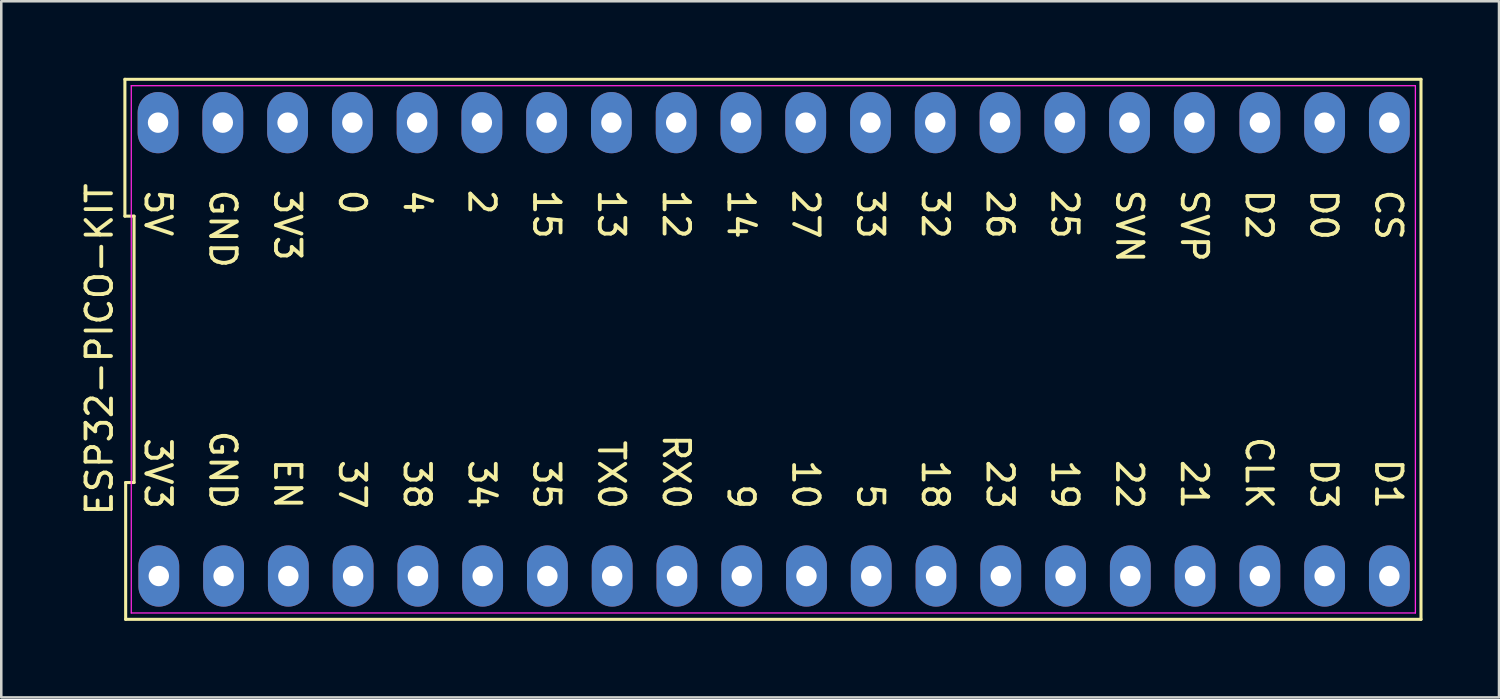
<source format=kicad_pcb>
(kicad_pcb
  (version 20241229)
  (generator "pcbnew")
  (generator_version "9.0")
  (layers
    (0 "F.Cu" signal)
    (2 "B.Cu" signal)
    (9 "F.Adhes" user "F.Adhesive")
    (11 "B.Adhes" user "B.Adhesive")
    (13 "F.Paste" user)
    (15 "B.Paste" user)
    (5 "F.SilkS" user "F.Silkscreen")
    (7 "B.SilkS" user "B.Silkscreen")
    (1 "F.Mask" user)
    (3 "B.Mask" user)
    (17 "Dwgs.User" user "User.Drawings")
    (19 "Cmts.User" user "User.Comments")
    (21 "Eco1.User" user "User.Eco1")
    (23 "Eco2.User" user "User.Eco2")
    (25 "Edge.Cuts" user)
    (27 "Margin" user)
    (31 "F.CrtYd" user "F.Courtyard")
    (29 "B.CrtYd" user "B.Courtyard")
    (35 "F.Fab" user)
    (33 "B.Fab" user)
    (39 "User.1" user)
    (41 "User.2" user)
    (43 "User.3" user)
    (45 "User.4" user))
  (footprint "ESP32-PICO-KIT"
    (layer "F.Cu")
    (at 27.278 8.11)
    (property "Reference" "ESP32-PICO-KIT" (at -26.43 2.54 90) (layer "F.SilkS") (effects (font (size 1 1) (thickness 0.15))))
    (attr through_hole)
    (fp_line (start -25.43 -8.05) (end -25.43 -2.683) (stroke (width 0.12) (type solid)) (layer "F.SilkS"))
    (fp_line (start -25.43 -2.683) (end -25.07 -2.683) (stroke (width 0.12) (type solid)) (layer "F.SilkS"))
    (fp_line (start -25.4 7.763) (end -25.4 13.13) (stroke (width 0.12) (type solid)) (layer "F.SilkS"))
    (fp_line (start -25.4 13.13) (end 25.4 13.13) (stroke (width 0.12) (type solid)) (layer "F.SilkS"))
    (fp_line (start -25.07 -2.683) (end -25.07 7.763) (stroke (width 0.12) (type solid)) (layer "F.SilkS"))
    (fp_line (start -25.07 7.763) (end -25.4 7.763) (stroke (width 0.12) (type solid)) (layer "F.SilkS"))
    (fp_line (start 25.4 -8.05) (end -25.43 -8.05) (stroke (width 0.12) (type solid)) (layer "F.SilkS"))
    (fp_line (start 25.4 13.13) (end 25.4 -8.05) (stroke (width 0.12) (type solid)) (layer "F.SilkS"))
    (fp_line (start -25.18 -7.8) (end 25.18 -7.8) (stroke (width 0.05) (type solid)) (layer "F.CrtYd"))
    (fp_line (start -25.18 12.88) (end -25.18 -7.8) (stroke (width 0.05) (type solid)) (layer "F.CrtYd"))
    (fp_line (start 25.18 -7.8) (end 25.18 12.88) (stroke (width 0.05) (type solid)) (layer "F.CrtYd"))
    (fp_line (start 25.18 12.88) (end -25.18 12.88) (stroke (width 0.05) (type solid)) (layer "F.CrtYd"))
    (fp_text user "RX0" (at -3.81 8.89 270) (unlocked yes) (layer "F.SilkS") (effects (font (size 1 1) (thickness 0.15)) (justify right)))
    (fp_text user "3V3" (at -24.13 8.89 270) (unlocked yes) (layer "F.SilkS") (effects (font (size 1 1) (thickness 0.15)) (justify right)))
    (fp_text user "D3" (at 21.59 8.89 270) (unlocked yes) (layer "F.SilkS") (effects (font (size 1 1) (thickness 0.15)) (justify right)))
    (fp_text user "D1" (at 24.13 8.89 270) (unlocked yes) (layer "F.SilkS") (effects (font (size 1 1) (thickness 0.15)) (justify right)))
    (fp_text user "5" (at 3.81 8.89 270) (unlocked yes) (layer "F.SilkS") (effects (font (size 1 1) (thickness 0.15)) (justify right)))
    (fp_text user "15" (at -8.89 -3.81 270) (unlocked yes) (layer "F.SilkS") (effects (font (size 1 1) (thickness 0.15)) (justify left)))
    (fp_text user "4" (at -13.97 -3.81 270) (unlocked yes) (layer "F.SilkS") (effects (font (size 1 1) (thickness 0.15)) (justify left)))
    (fp_text user "12" (at -3.81 -3.81 270) (unlocked yes) (layer "F.SilkS") (effects (font (size 1 1) (thickness 0.15)) (justify left)))
    (fp_text user "37" (at -16.51 8.89 270) (unlocked yes) (layer "F.SilkS") (effects (font (size 1 1) (thickness 0.15)) (justify right)))
    (fp_text user "SVN" (at 13.97 -3.81 270) (unlocked yes) (layer "F.SilkS") (effects (font (size 1 1) (thickness 0.15)) (justify left)))
    (fp_text user "SVP" (at 16.51 -3.81 270) (unlocked yes) (layer "F.SilkS") (effects (font (size 1 1) (thickness 0.15)) (justify left)))
    (fp_text user "38" (at -13.97 8.89 270) (unlocked yes) (layer "F.SilkS") (effects (font (size 1 1) (thickness 0.15)) (justify right)))
    (fp_text user "27" (at 1.27 -3.81 270) (unlocked yes) (layer "F.SilkS") (effects (font (size 1 1) (thickness 0.15)) (justify left)))
    (fp_text user "EN" (at -19.05 8.89 270) (unlocked yes) (layer "F.SilkS") (effects (font (size 1 1) (thickness 0.15)) (justify right)))
    (fp_text user "9" (at -1.27 8.89 270) (unlocked yes) (layer "F.SilkS") (effects (font (size 1 1) (thickness 0.15)) (justify right)))
    (fp_text user "25" (at 11.43 -3.81 270) (unlocked yes) (layer "F.SilkS") (effects (font (size 1 1) (thickness 0.15)) (justify left)))
    (fp_text user "GND" (at -21.59 -3.81 270) (unlocked yes) (layer "F.SilkS") (effects (font (size 1 1) (thickness 0.15)) (justify left)))
    (fp_text user "22" (at 13.97 8.89 270) (unlocked yes) (layer "F.SilkS") (effects (font (size 1 1) (thickness 0.15)) (justify right)))
    (fp_text user "3V3" (at -19.05 -3.81 270) (unlocked yes) (layer "F.SilkS") (effects (font (size 1 1) (thickness 0.15)) (justify left)))
    (fp_text user "19" (at 11.43 8.89 270) (unlocked yes) (layer "F.SilkS") (effects (font (size 1 1) (thickness 0.15)) (justify right)))
    (fp_text user "2" (at -11.43 -3.81 270) (unlocked yes) (layer "F.SilkS") (effects (font (size 1 1) (thickness 0.15)) (justify left)))
    (fp_text user "14" (at -1.27 -3.81 270) (unlocked yes) (layer "F.SilkS") (effects (font (size 1 1) (thickness 0.15)) (justify left)))
    (fp_text user "13" (at -6.35 -3.81 270) (unlocked yes) (layer "F.SilkS") (effects (font (size 1 1) (thickness 0.15)) (justify left)))
    (fp_text user "18" (at 6.35 8.89 270) (unlocked yes) (layer "F.SilkS") (effects (font (size 1 1) (thickness 0.15)) (justify right)))
    (fp_text user "33" (at 3.81 -3.81 270) (unlocked yes) (layer "F.SilkS") (effects (font (size 1 1) (thickness 0.15)) (justify left)))
    (fp_text user "35" (at -8.89 8.89 270) (unlocked yes) (layer "F.SilkS") (effects (font (size 1 1) (thickness 0.15)) (justify right)))
    (fp_text user "10" (at 1.27 8.89 270) (unlocked yes) (layer "F.SilkS") (effects (font (size 1 1) (thickness 0.15)) (justify right)))
    (fp_text user "CLK" (at 19.05 8.89 270) (unlocked yes) (layer "F.SilkS") (effects (font (size 1 1) (thickness 0.15)) (justify right)))
    (fp_text user "5V" (at -24.13 -3.81 270) (unlocked yes) (layer "F.SilkS") (effects (font (size 1 1) (thickness 0.15)) (justify left)))
    (fp_text user "21" (at 16.51 8.89 270) (unlocked yes) (layer "F.SilkS") (effects (font (size 1 1) (thickness 0.15)) (justify right)))
    (fp_text user "GND" (at -21.59 8.89 270) (unlocked yes) (layer "F.SilkS") (effects (font (size 1 1) (thickness 0.15)) (justify right)))
    (fp_text user "32" (at 6.35 -3.81 270) (unlocked yes) (layer "F.SilkS") (effects (font (size 1 1) (thickness 0.15)) (justify left)))
    (fp_text user "26" (at 8.89 -3.81 270) (unlocked yes) (layer "F.SilkS") (effects (font (size 1 1) (thickness 0.15)) (justify left)))
    (fp_text user "0" (at -16.51 -3.81 270) (unlocked yes) (layer "F.SilkS") (effects (font (size 1 1) (thickness 0.15)) (justify left)))
    (fp_text user "D2" (at 19.05 -3.81 270) (unlocked yes) (layer "F.SilkS") (effects (font (size 1 1) (thickness 0.15)) (justify left)))
    (fp_text user "TX0" (at -6.35 8.89 270) (unlocked yes) (layer "F.SilkS") (effects (font (size 1 1) (thickness 0.15)) (justify right)))
    (fp_text user "23" (at 8.89 8.89 270) (unlocked yes) (layer "F.SilkS") (effects (font (size 1 1) (thickness 0.15)) (justify right)))
    (fp_text user "CS" (at 24.13 -3.81 270) (unlocked yes) (layer "F.SilkS") (effects (font (size 1 1) (thickness 0.15)) (justify left)))
    (fp_text user "D0" (at 21.59 -3.81 270) (unlocked yes) (layer "F.SilkS") (effects (font (size 1 1) (thickness 0.15)) (justify left)))
    (fp_text user "34" (at -11.43 8.89 270) (unlocked yes) (layer "F.SilkS") (effects (font (size 1 1) (thickness 0.15)) (justify right)))
    (pad "1" thru_hole oval (at -24.1 11.43) (size 1.6 2.4) (drill 0.8) (layers "*.Cu" "*.Mask"))
    (pad "2" thru_hole oval (at -21.56 11.43) (size 1.6 2.4) (drill 0.8) (layers "*.Cu" "*.Mask"))
    (pad "3" thru_hole oval (at -19.02 11.43) (size 1.6 2.4) (drill 0.8) (layers "*.Cu" "*.Mask"))
    (pad "4" thru_hole oval (at -16.48 11.43) (size 1.6 2.4) (drill 0.8) (layers "*.Cu" "*.Mask"))
    (pad "5" thru_hole oval (at -13.94 11.43) (size 1.6 2.4) (drill 0.8) (layers "*.Cu" "*.Mask"))
    (pad "6" thru_hole oval (at -11.4 11.43) (size 1.6 2.4) (drill 0.8) (layers "*.Cu" "*.Mask"))
    (pad "7" thru_hole oval (at -8.86 11.43) (size 1.6 2.4) (drill 0.8) (layers "*.Cu" "*.Mask"))
    (pad "8" thru_hole oval (at -6.32 11.43) (size 1.6 2.4) (drill 0.8) (layers "*.Cu" "*.Mask"))
    (pad "9" thru_hole oval (at -3.78 11.43) (size 1.6 2.4) (drill 0.8) (layers "*.Cu" "*.Mask"))
    (pad "10" thru_hole oval (at -1.24 11.43) (size 1.6 2.4) (drill 0.8) (layers "*.Cu" "*.Mask"))
    (pad "11" thru_hole oval (at 1.3 11.43) (size 1.6 2.4) (drill 0.8) (layers "*.Cu" "*.Mask"))
    (pad "12" thru_hole oval (at 3.84 11.43) (size 1.6 2.4) (drill 0.8) (layers "*.Cu" "*.Mask"))
    (pad "13" thru_hole oval (at 6.38 11.43) (size 1.6 2.4) (drill 0.8) (layers "*.Cu" "*.Mask"))
    (pad "14" thru_hole oval (at 8.92 11.43) (size 1.6 2.4) (drill 0.8) (layers "*.Cu" "*.Mask"))
    (pad "15" thru_hole oval (at 11.46 11.43) (size 1.6 2.4) (drill 0.8) (layers "*.Cu" "*.Mask"))
    (pad "16" thru_hole oval (at 14 11.43) (size 1.6 2.4) (drill 0.8) (layers "*.Cu" "*.Mask"))
    (pad "17" thru_hole oval (at 16.54 11.43) (size 1.6 2.4) (drill 0.8) (layers "*.Cu" "*.Mask"))
    (pad "18" thru_hole oval (at 19.08 11.43) (size 1.6 2.4) (drill 0.8) (layers "*.Cu" "*.Mask"))
    (pad "19" thru_hole oval (at 21.62 11.43) (size 1.6 2.4) (drill 0.8) (layers "*.Cu" "*.Mask"))
    (pad "20" thru_hole oval (at 24.16 11.43) (size 1.6 2.4) (drill 0.8) (layers "*.Cu" "*.Mask"))
    (pad "21" thru_hole oval (at 24.16 -6.35) (size 1.6 2.4) (drill 0.8) (layers "*.Cu" "*.Mask"))
    (pad "22" thru_hole oval (at 21.62 -6.35) (size 1.6 2.4) (drill 0.8) (layers "*.Cu" "*.Mask"))
    (pad "23" thru_hole oval (at 19.08 -6.35) (size 1.6 2.4) (drill 0.8) (layers "*.Cu" "*.Mask"))
    (pad "24" thru_hole oval (at 16.51 -6.35) (size 1.6 2.4) (drill 0.8) (layers "*.Cu" "*.Mask"))
    (pad "25" thru_hole oval (at 13.97 -6.35) (size 1.6 2.4) (drill 0.8) (layers "*.Cu" "*.Mask"))
    (pad "26" thru_hole oval (at 11.43 -6.35) (size 1.6 2.4) (drill 0.8) (layers "*.Cu" "*.Mask"))
    (pad "27" thru_hole oval (at 8.89 -6.35) (size 1.6 2.4) (drill 0.8) (layers "*.Cu" "*.Mask"))
    (pad "28" thru_hole oval (at 6.35 -6.35) (size 1.6 2.4) (drill 0.8) (layers "*.Cu" "*.Mask"))
    (pad "29" thru_hole oval (at 3.81 -6.35) (size 1.6 2.4) (drill 0.8) (layers "*.Cu" "*.Mask"))
    (pad "30" thru_hole oval (at 1.27 -6.35) (size 1.6 2.4) (drill 0.8) (layers "*.Cu" "*.Mask"))
    (pad "31" thru_hole oval (at -1.27 -6.35) (size 1.6 2.4) (drill 0.8) (layers "*.Cu" "*.Mask"))
    (pad "32" thru_hole oval (at -3.81 -6.35) (size 1.6 2.4) (drill 0.8) (layers "*.Cu" "*.Mask"))
    (pad "33" thru_hole oval (at -6.35 -6.35) (size 1.6 2.4) (drill 0.8) (layers "*.Cu" "*.Mask"))
    (pad "34" thru_hole oval (at -8.89 -6.35) (size 1.6 2.4) (drill 0.8) (layers "*.Cu" "*.Mask"))
    (pad "35" thru_hole oval (at -11.43 -6.35) (size 1.6 2.4) (drill 0.8) (layers "*.Cu" "*.Mask"))
    (pad "36" thru_hole oval (at -13.97 -6.35) (size 1.6 2.4) (drill 0.8) (layers "*.Cu" "*.Mask"))
    (pad "37" thru_hole oval (at -16.51 -6.35) (size 1.6 2.4) (drill 0.8) (layers "*.Cu" "*.Mask"))
    (pad "38" thru_hole oval (at -19.05 -6.35) (size 1.6 2.4) (drill 0.8) (layers "*.Cu" "*.Mask"))
    (pad "39" thru_hole oval (at -21.59 -6.35) (size 1.6 2.4) (drill 0.8) (layers "*.Cu" "*.Mask"))
    (pad "40" thru_hole oval (at -24.13 -6.35) (size 1.6 2.4) (drill 0.8) (layers "*.Cu" "*.Mask")))
  (gr_rect
    (start -3 -3)
    (end 55.738 24.3)
    (stroke (width 0.1) (type default))
    (fill no)
    (layer "Edge.Cuts")))
</source>
